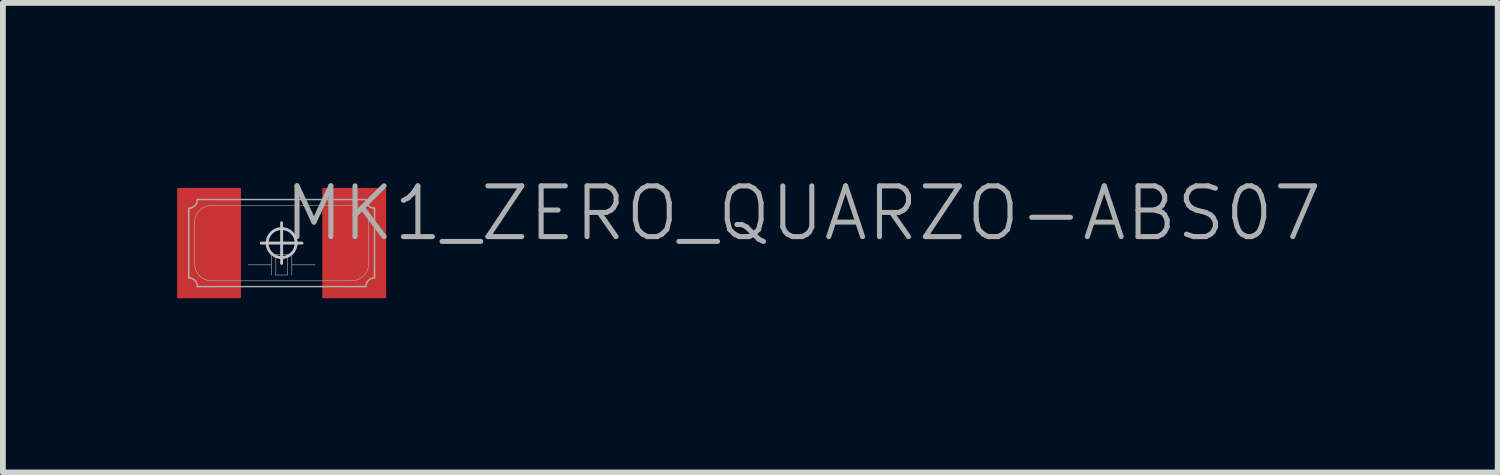
<source format=kicad_pcb>
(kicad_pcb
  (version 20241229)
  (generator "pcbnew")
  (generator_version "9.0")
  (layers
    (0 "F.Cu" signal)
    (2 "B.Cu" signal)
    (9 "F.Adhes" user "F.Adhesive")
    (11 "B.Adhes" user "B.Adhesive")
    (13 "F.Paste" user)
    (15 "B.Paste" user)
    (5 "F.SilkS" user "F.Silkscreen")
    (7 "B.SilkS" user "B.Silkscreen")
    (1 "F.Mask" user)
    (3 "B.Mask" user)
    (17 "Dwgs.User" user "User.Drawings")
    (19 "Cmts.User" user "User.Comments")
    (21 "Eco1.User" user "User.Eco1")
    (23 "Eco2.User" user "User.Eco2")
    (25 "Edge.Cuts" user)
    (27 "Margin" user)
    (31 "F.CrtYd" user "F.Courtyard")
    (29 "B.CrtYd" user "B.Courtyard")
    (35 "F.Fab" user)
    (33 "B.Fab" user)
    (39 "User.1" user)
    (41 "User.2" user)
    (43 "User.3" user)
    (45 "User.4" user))
  (footprint "MK1_ZERO_QUARZO-ABS07"
    (layer "F.Cu")
    (at 1.8 1.136)
    (property "Reference" "MK1_ZERO_QUARZO-ABS07" (at 0 0 0) (layer "F.Fab") (effects (font (size 0.874 0.874) (thickness 0.087)) (justify left bottom)))
    (attr through_hole)
    (fp_line (start -0.35 0) (end 0.35 0) (stroke (width 0.05) (type solid)) (layer "Dwgs.User"))
    (fp_line (start 0 0.35) (end 0 -0.35) (stroke (width 0.05) (type solid)) (layer "Dwgs.User"))
    (fp_circle (center 0 0) (end 0.25 0) (stroke (width 0.05) (type solid)) (fill no) (layer "Dwgs.User"))
    (fp_line (start -1.6 0.6) (end -1.6 -0.6) (stroke (width 0.025) (type solid)) (layer "F.Fab"))
    (fp_line (start -1.5 0.35) (end -1.5 -0.35) (stroke (width 0.01) (type solid)) (layer "F.Fab"))
    (fp_line (start -1.45 -0.75) (end 1.45 -0.75) (stroke (width 0.025) (type solid)) (layer "F.Fab"))
    (fp_line (start -1.2 -0.65) (end 1.2 -0.65) (stroke (width 0.01) (type solid)) (layer "F.Fab"))
    (fp_line (start -0.175 0.2) (end -0.175 0.55) (stroke (width 0.01) (type solid)) (layer "F.Fab"))
    (fp_line (start -0.175 0.375) (end -0.575 0.375) (stroke (width 0.01) (type solid)) (layer "F.Fab"))
    (fp_line (start -0.1 0.2) (end -0.1 0.55) (stroke (width 0.01) (type solid)) (layer "F.Fab"))
    (fp_line (start -0.1 0.55) (end 0.1 0.55) (stroke (width 0.01) (type solid)) (layer "F.Fab"))
    (fp_line (start 0.1 0.2) (end -0.1 0.2) (stroke (width 0.01) (type solid)) (layer "F.Fab"))
    (fp_line (start 0.1 0.55) (end 0.1 0.2) (stroke (width 0.01) (type solid)) (layer "F.Fab"))
    (fp_line (start 0.175 0.2) (end 0.175 0.55) (stroke (width 0.01) (type solid)) (layer "F.Fab"))
    (fp_line (start 0.175 0.375) (end 0.575 0.375) (stroke (width 0.01) (type solid)) (layer "F.Fab"))
    (fp_line (start 1.2 0.65) (end -1.2 0.65) (stroke (width 0.01) (type solid)) (layer "F.Fab"))
    (fp_line (start 1.45 0.75) (end -1.45 0.75) (stroke (width 0.025) (type solid)) (layer "F.Fab"))
    (fp_line (start 1.5 -0.35) (end 1.5 0.35) (stroke (width 0.01) (type solid)) (layer "F.Fab"))
    (fp_line (start 1.6 -0.6) (end 1.6 0.6) (stroke (width 0.025) (type solid)) (layer "F.Fab"))
    (fp_arc (start -1.6 0.6) (mid -1.493934 0.643934) (end -1.45 0.75) (stroke (width 0.025) (type solid)) (layer "F.Fab"))
    (fp_arc (start -1.5 -0.35) (mid -1.412132 -0.562132) (end -1.2 -0.65) (stroke (width 0.01) (type solid)) (layer "F.Fab"))
    (fp_arc (start -1.45 -0.75) (mid -1.493934 -0.643934) (end -1.6 -0.6) (stroke (width 0.025) (type solid)) (layer "F.Fab"))
    (fp_arc (start -1.2 0.65) (mid -1.412132 0.562132) (end -1.5 0.35) (stroke (width 0.01) (type solid)) (layer "F.Fab"))
    (fp_arc (start 1.2 -0.65) (mid 1.412132 -0.562132) (end 1.5 -0.35) (stroke (width 0.01) (type solid)) (layer "F.Fab"))
    (fp_arc (start 1.45 0.75) (mid 1.493934 0.643934) (end 1.6 0.6) (stroke (width 0.025) (type solid)) (layer "F.Fab"))
    (fp_arc (start 1.5 0.35) (mid 1.412132 0.562132) (end 1.2 0.65) (stroke (width 0.01) (type solid)) (layer "F.Fab"))
    (fp_arc (start 1.6 -0.6) (mid 1.493934 -0.643934) (end 1.45 -0.75) (stroke (width 0.025) (type solid)) (layer "F.Fab"))
    (pad "1" smd roundrect (at -1.25 0) (size 1.1 1.9) (layers "F.Cu" "F.Mask" "F.Paste") (roundrect_rratio 0.015))
    (pad "2" smd roundrect (at 1.25 0) (size 1.1 1.9) (layers "F.Cu" "F.Mask" "F.Paste") (roundrect_rratio 0.015)))
  (gr_rect
    (start -3 -3)
    (end 22.742 5.086)
    (stroke (width 0.1) (type default))
    (fill no)
    (layer "Edge.Cuts")))
</source>
